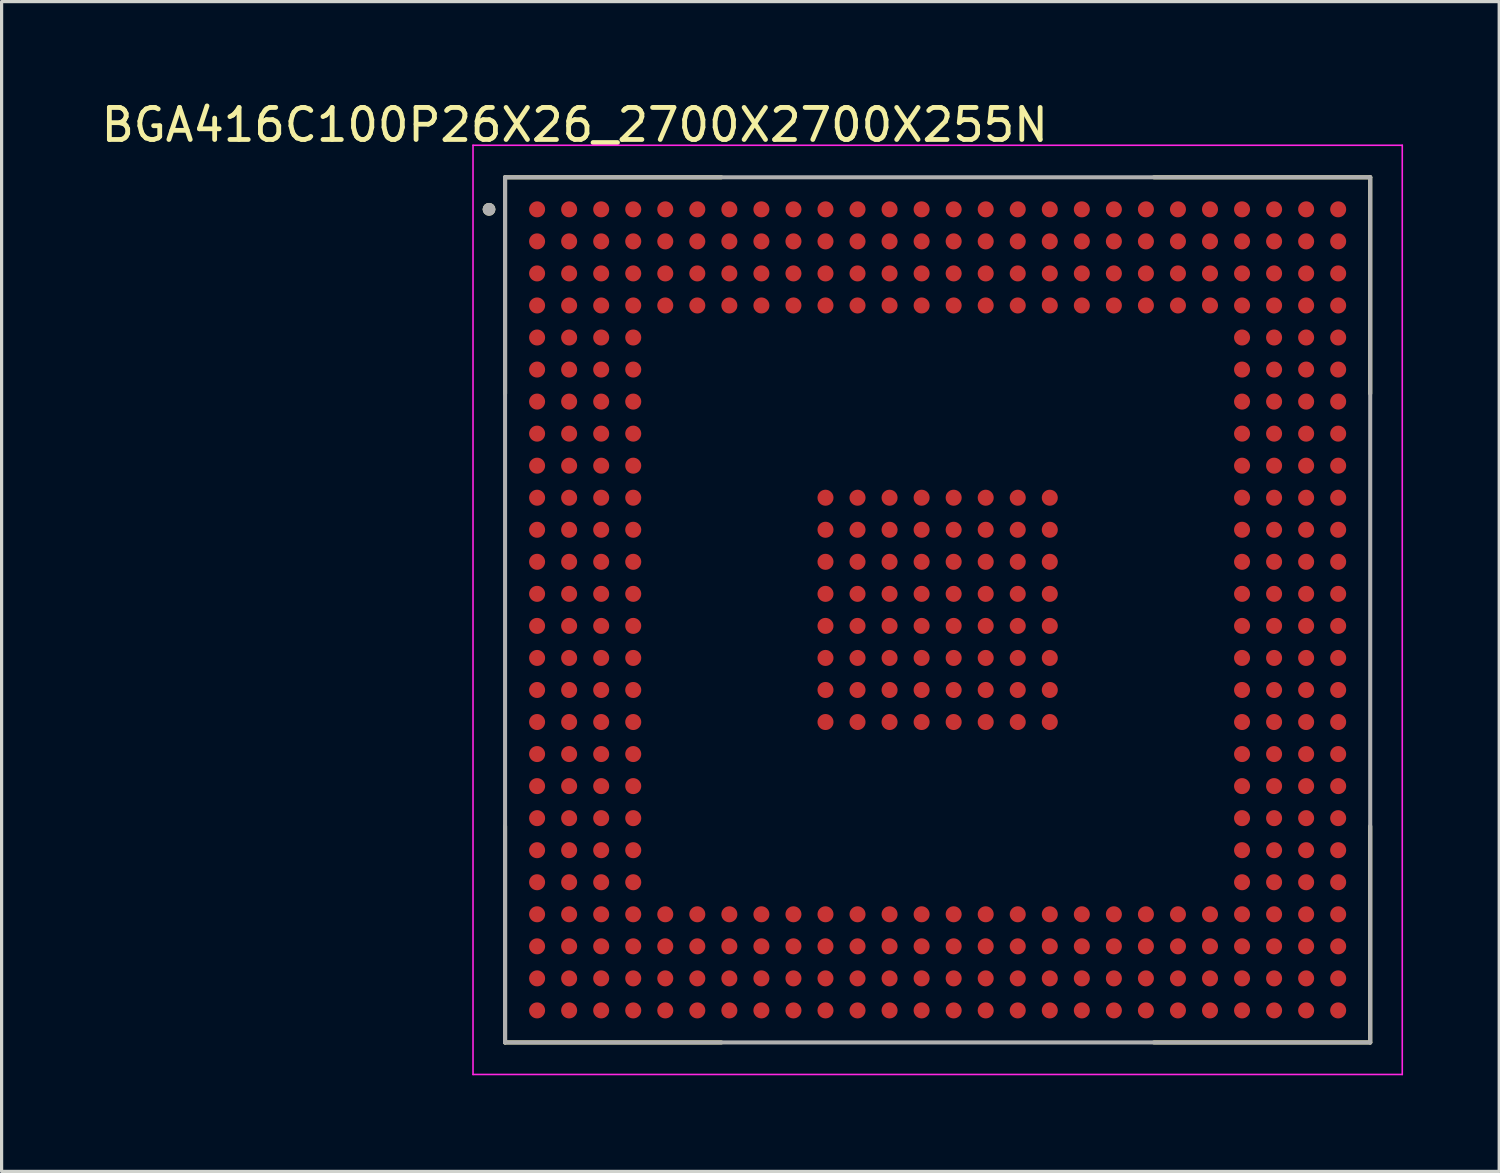
<source format=kicad_pcb>
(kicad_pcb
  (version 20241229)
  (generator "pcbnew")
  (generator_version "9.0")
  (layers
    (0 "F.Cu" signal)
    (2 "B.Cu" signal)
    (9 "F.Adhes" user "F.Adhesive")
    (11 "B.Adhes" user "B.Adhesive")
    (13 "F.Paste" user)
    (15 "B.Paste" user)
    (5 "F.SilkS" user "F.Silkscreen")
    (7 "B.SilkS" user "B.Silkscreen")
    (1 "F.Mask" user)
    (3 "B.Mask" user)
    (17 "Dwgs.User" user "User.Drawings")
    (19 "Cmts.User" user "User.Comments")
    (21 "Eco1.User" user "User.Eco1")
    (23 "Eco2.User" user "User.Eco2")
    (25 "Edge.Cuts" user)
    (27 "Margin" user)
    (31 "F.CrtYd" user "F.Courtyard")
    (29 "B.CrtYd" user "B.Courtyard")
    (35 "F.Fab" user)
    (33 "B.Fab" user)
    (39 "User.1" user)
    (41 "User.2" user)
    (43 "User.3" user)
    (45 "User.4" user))
  (footprint "BGA416C100P26X26_2700X2700X255N"
    (layer "F.Cu")
    (at 26.212 15.983)
    (property "Reference" "BGA416C100P26X26_2700X2700X255N" (at -11.325 -15.135 0) (layer "F.SilkS") (effects (font (size 1 1) (thickness 0.15))))
    (attr smd)
    (fp_line (start -13.5 -13.5) (end -13.5 -6.75) (stroke (width 0.127) (type solid)) (layer "F.SilkS"))
    (fp_line (start -13.5 -13.5) (end -6.75 -13.5) (stroke (width 0.127) (type solid)) (layer "F.SilkS"))
    (fp_line (start -13.5 13.5) (end -13.5 6.75) (stroke (width 0.127) (type solid)) (layer "F.SilkS"))
    (fp_line (start -13.5 13.5) (end -6.75 13.5) (stroke (width 0.127) (type solid)) (layer "F.SilkS"))
    (fp_line (start 13.5 -13.5) (end 6.75 -13.5) (stroke (width 0.127) (type solid)) (layer "F.SilkS"))
    (fp_line (start 13.5 -13.5) (end 13.5 -6.75) (stroke (width 0.127) (type solid)) (layer "F.SilkS"))
    (fp_line (start 13.5 13.5) (end 6.75 13.5) (stroke (width 0.127) (type solid)) (layer "F.SilkS"))
    (fp_line (start 13.5 13.5) (end 13.5 6.75) (stroke (width 0.127) (type solid)) (layer "F.SilkS"))
    (fp_circle (center -14 -12.5) (end -13.9 -12.5) (stroke (width 0.2) (type solid)) (fill no) (layer "F.SilkS"))
    (fp_line (start -14.5 -14.5) (end 14.5 -14.5) (stroke (width 0.05) (type solid)) (layer "F.CrtYd"))
    (fp_line (start -14.5 14.5) (end -14.5 -14.5) (stroke (width 0.05) (type solid)) (layer "F.CrtYd"))
    (fp_line (start -14.5 14.5) (end 14.5 14.5) (stroke (width 0.05) (type solid)) (layer "F.CrtYd"))
    (fp_line (start 14.5 14.5) (end 14.5 -14.5) (stroke (width 0.05) (type solid)) (layer "F.CrtYd"))
    (fp_line (start -13.5 13.5) (end -13.5 -13.5) (stroke (width 0.127) (type solid)) (layer "F.Fab"))
    (fp_line (start 13.5 -13.5) (end -13.5 -13.5) (stroke (width 0.127) (type solid)) (layer "F.Fab"))
    (fp_line (start 13.5 13.5) (end -13.5 13.5) (stroke (width 0.127) (type solid)) (layer "F.Fab"))
    (fp_line (start 13.5 13.5) (end 13.5 -13.5) (stroke (width 0.127) (type solid)) (layer "F.Fab"))
    (fp_circle (center -14 -12.5) (end -13.9 -12.5) (stroke (width 0.2) (type solid)) (fill no) (layer "F.Fab"))
    (pad "A1" smd circle (at -12.5 -12.5) (size 0.5 0.5) (layers "F.Cu" "F.Mask" "F.Paste"))
    (pad "A2" smd circle (at -11.5 -12.5) (size 0.5 0.5) (layers "F.Cu" "F.Mask" "F.Paste"))
    (pad "A3" smd circle (at -10.5 -12.5) (size 0.5 0.5) (layers "F.Cu" "F.Mask" "F.Paste"))
    (pad "A4" smd circle (at -9.5 -12.5) (size 0.5 0.5) (layers "F.Cu" "F.Mask" "F.Paste"))
    (pad "A5" smd circle (at -8.5 -12.5) (size 0.5 0.5) (layers "F.Cu" "F.Mask" "F.Paste"))
    (pad "A6" smd circle (at -7.5 -12.5) (size 0.5 0.5) (layers "F.Cu" "F.Mask" "F.Paste"))
    (pad "A7" smd circle (at -6.5 -12.5) (size 0.5 0.5) (layers "F.Cu" "F.Mask" "F.Paste"))
    (pad "A8" smd circle (at -5.5 -12.5) (size 0.5 0.5) (layers "F.Cu" "F.Mask" "F.Paste"))
    (pad "A9" smd circle (at -4.5 -12.5) (size 0.5 0.5) (layers "F.Cu" "F.Mask" "F.Paste"))
    (pad "A10" smd circle (at -3.5 -12.5) (size 0.5 0.5) (layers "F.Cu" "F.Mask" "F.Paste"))
    (pad "A11" smd circle (at -2.5 -12.5) (size 0.5 0.5) (layers "F.Cu" "F.Mask" "F.Paste"))
    (pad "A12" smd circle (at -1.5 -12.5) (size 0.5 0.5) (layers "F.Cu" "F.Mask" "F.Paste"))
    (pad "A13" smd circle (at -0.5 -12.5) (size 0.5 0.5) (layers "F.Cu" "F.Mask" "F.Paste"))
    (pad "A14" smd circle (at 0.5 -12.5) (size 0.5 0.5) (layers "F.Cu" "F.Mask" "F.Paste"))
    (pad "A15" smd circle (at 1.5 -12.5) (size 0.5 0.5) (layers "F.Cu" "F.Mask" "F.Paste"))
    (pad "A16" smd circle (at 2.5 -12.5) (size 0.5 0.5) (layers "F.Cu" "F.Mask" "F.Paste"))
    (pad "A17" smd circle (at 3.5 -12.5) (size 0.5 0.5) (layers "F.Cu" "F.Mask" "F.Paste"))
    (pad "A18" smd circle (at 4.5 -12.5) (size 0.5 0.5) (layers "F.Cu" "F.Mask" "F.Paste"))
    (pad "A19" smd circle (at 5.5 -12.5) (size 0.5 0.5) (layers "F.Cu" "F.Mask" "F.Paste"))
    (pad "A20" smd circle (at 6.5 -12.5) (size 0.5 0.5) (layers "F.Cu" "F.Mask" "F.Paste"))
    (pad "A21" smd circle (at 7.5 -12.5) (size 0.5 0.5) (layers "F.Cu" "F.Mask" "F.Paste"))
    (pad "A22" smd circle (at 8.5 -12.5) (size 0.5 0.5) (layers "F.Cu" "F.Mask" "F.Paste"))
    (pad "A23" smd circle (at 9.5 -12.5) (size 0.5 0.5) (layers "F.Cu" "F.Mask" "F.Paste"))
    (pad "A24" smd circle (at 10.5 -12.5) (size 0.5 0.5) (layers "F.Cu" "F.Mask" "F.Paste"))
    (pad "A25" smd circle (at 11.5 -12.5) (size 0.5 0.5) (layers "F.Cu" "F.Mask" "F.Paste"))
    (pad "A26" smd circle (at 12.5 -12.5) (size 0.5 0.5) (layers "F.Cu" "F.Mask" "F.Paste"))
    (pad "AA1" smd circle (at -12.5 7.5) (size 0.5 0.5) (layers "F.Cu" "F.Mask" "F.Paste"))
    (pad "AA2" smd circle (at -11.5 7.5) (size 0.5 0.5) (layers "F.Cu" "F.Mask" "F.Paste"))
    (pad "AA3" smd circle (at -10.5 7.5) (size 0.5 0.5) (layers "F.Cu" "F.Mask" "F.Paste"))
    (pad "AA4" smd circle (at -9.5 7.5) (size 0.5 0.5) (layers "F.Cu" "F.Mask" "F.Paste"))
    (pad "AA23" smd circle (at 9.5 7.5) (size 0.5 0.5) (layers "F.Cu" "F.Mask" "F.Paste"))
    (pad "AA24" smd circle (at 10.5 7.5) (size 0.5 0.5) (layers "F.Cu" "F.Mask" "F.Paste"))
    (pad "AA25" smd circle (at 11.5 7.5) (size 0.5 0.5) (layers "F.Cu" "F.Mask" "F.Paste"))
    (pad "AA26" smd circle (at 12.5 7.5) (size 0.5 0.5) (layers "F.Cu" "F.Mask" "F.Paste"))
    (pad "AB1" smd circle (at -12.5 8.5) (size 0.5 0.5) (layers "F.Cu" "F.Mask" "F.Paste"))
    (pad "AB2" smd circle (at -11.5 8.5) (size 0.5 0.5) (layers "F.Cu" "F.Mask" "F.Paste"))
    (pad "AB3" smd circle (at -10.5 8.5) (size 0.5 0.5) (layers "F.Cu" "F.Mask" "F.Paste"))
    (pad "AB4" smd circle (at -9.5 8.5) (size 0.5 0.5) (layers "F.Cu" "F.Mask" "F.Paste"))
    (pad "AB23" smd circle (at 9.5 8.5) (size 0.5 0.5) (layers "F.Cu" "F.Mask" "F.Paste"))
    (pad "AB24" smd circle (at 10.5 8.5) (size 0.5 0.5) (layers "F.Cu" "F.Mask" "F.Paste"))
    (pad "AB25" smd circle (at 11.5 8.5) (size 0.5 0.5) (layers "F.Cu" "F.Mask" "F.Paste"))
    (pad "AB26" smd circle (at 12.5 8.5) (size 0.5 0.5) (layers "F.Cu" "F.Mask" "F.Paste"))
    (pad "AC1" smd circle (at -12.5 9.5) (size 0.5 0.5) (layers "F.Cu" "F.Mask" "F.Paste"))
    (pad "AC2" smd circle (at -11.5 9.5) (size 0.5 0.5) (layers "F.Cu" "F.Mask" "F.Paste"))
    (pad "AC3" smd circle (at -10.5 9.5) (size 0.5 0.5) (layers "F.Cu" "F.Mask" "F.Paste"))
    (pad "AC4" smd circle (at -9.5 9.5) (size 0.5 0.5) (layers "F.Cu" "F.Mask" "F.Paste"))
    (pad "AC5" smd circle (at -8.5 9.5) (size 0.5 0.5) (layers "F.Cu" "F.Mask" "F.Paste"))
    (pad "AC6" smd circle (at -7.5 9.5) (size 0.5 0.5) (layers "F.Cu" "F.Mask" "F.Paste"))
    (pad "AC7" smd circle (at -6.5 9.5) (size 0.5 0.5) (layers "F.Cu" "F.Mask" "F.Paste"))
    (pad "AC8" smd circle (at -5.5 9.5) (size 0.5 0.5) (layers "F.Cu" "F.Mask" "F.Paste"))
    (pad "AC9" smd circle (at -4.5 9.5) (size 0.5 0.5) (layers "F.Cu" "F.Mask" "F.Paste"))
    (pad "AC10" smd circle (at -3.5 9.5) (size 0.5 0.5) (layers "F.Cu" "F.Mask" "F.Paste"))
    (pad "AC11" smd circle (at -2.5 9.5) (size 0.5 0.5) (layers "F.Cu" "F.Mask" "F.Paste"))
    (pad "AC12" smd circle (at -1.5 9.5) (size 0.5 0.5) (layers "F.Cu" "F.Mask" "F.Paste"))
    (pad "AC13" smd circle (at -0.5 9.5) (size 0.5 0.5) (layers "F.Cu" "F.Mask" "F.Paste"))
    (pad "AC14" smd circle (at 0.5 9.5) (size 0.5 0.5) (layers "F.Cu" "F.Mask" "F.Paste"))
    (pad "AC15" smd circle (at 1.5 9.5) (size 0.5 0.5) (layers "F.Cu" "F.Mask" "F.Paste"))
    (pad "AC16" smd circle (at 2.5 9.5) (size 0.5 0.5) (layers "F.Cu" "F.Mask" "F.Paste"))
    (pad "AC17" smd circle (at 3.5 9.5) (size 0.5 0.5) (layers "F.Cu" "F.Mask" "F.Paste"))
    (pad "AC18" smd circle (at 4.5 9.5) (size 0.5 0.5) (layers "F.Cu" "F.Mask" "F.Paste"))
    (pad "AC19" smd circle (at 5.5 9.5) (size 0.5 0.5) (layers "F.Cu" "F.Mask" "F.Paste"))
    (pad "AC20" smd circle (at 6.5 9.5) (size 0.5 0.5) (layers "F.Cu" "F.Mask" "F.Paste"))
    (pad "AC21" smd circle (at 7.5 9.5) (size 0.5 0.5) (layers "F.Cu" "F.Mask" "F.Paste"))
    (pad "AC22" smd circle (at 8.5 9.5) (size 0.5 0.5) (layers "F.Cu" "F.Mask" "F.Paste"))
    (pad "AC23" smd circle (at 9.5 9.5) (size 0.5 0.5) (layers "F.Cu" "F.Mask" "F.Paste"))
    (pad "AC24" smd circle (at 10.5 9.5) (size 0.5 0.5) (layers "F.Cu" "F.Mask" "F.Paste"))
    (pad "AC25" smd circle (at 11.5 9.5) (size 0.5 0.5) (layers "F.Cu" "F.Mask" "F.Paste"))
    (pad "AC26" smd circle (at 12.5 9.5) (size 0.5 0.5) (layers "F.Cu" "F.Mask" "F.Paste"))
    (pad "AD1" smd circle (at -12.5 10.5) (size 0.5 0.5) (layers "F.Cu" "F.Mask" "F.Paste"))
    (pad "AD2" smd circle (at -11.5 10.5) (size 0.5 0.5) (layers "F.Cu" "F.Mask" "F.Paste"))
    (pad "AD3" smd circle (at -10.5 10.5) (size 0.5 0.5) (layers "F.Cu" "F.Mask" "F.Paste"))
    (pad "AD4" smd circle (at -9.5 10.5) (size 0.5 0.5) (layers "F.Cu" "F.Mask" "F.Paste"))
    (pad "AD5" smd circle (at -8.5 10.5) (size 0.5 0.5) (layers "F.Cu" "F.Mask" "F.Paste"))
    (pad "AD6" smd circle (at -7.5 10.5) (size 0.5 0.5) (layers "F.Cu" "F.Mask" "F.Paste"))
    (pad "AD7" smd circle (at -6.5 10.5) (size 0.5 0.5) (layers "F.Cu" "F.Mask" "F.Paste"))
    (pad "AD8" smd circle (at -5.5 10.5) (size 0.5 0.5) (layers "F.Cu" "F.Mask" "F.Paste"))
    (pad "AD9" smd circle (at -4.5 10.5) (size 0.5 0.5) (layers "F.Cu" "F.Mask" "F.Paste"))
    (pad "AD10" smd circle (at -3.5 10.5) (size 0.5 0.5) (layers "F.Cu" "F.Mask" "F.Paste"))
    (pad "AD11" smd circle (at -2.5 10.5) (size 0.5 0.5) (layers "F.Cu" "F.Mask" "F.Paste"))
    (pad "AD12" smd circle (at -1.5 10.5) (size 0.5 0.5) (layers "F.Cu" "F.Mask" "F.Paste"))
    (pad "AD13" smd circle (at -0.5 10.5) (size 0.5 0.5) (layers "F.Cu" "F.Mask" "F.Paste"))
    (pad "AD14" smd circle (at 0.5 10.5) (size 0.5 0.5) (layers "F.Cu" "F.Mask" "F.Paste"))
    (pad "AD15" smd circle (at 1.5 10.5) (size 0.5 0.5) (layers "F.Cu" "F.Mask" "F.Paste"))
    (pad "AD16" smd circle (at 2.5 10.5) (size 0.5 0.5) (layers "F.Cu" "F.Mask" "F.Paste"))
    (pad "AD17" smd circle (at 3.5 10.5) (size 0.5 0.5) (layers "F.Cu" "F.Mask" "F.Paste"))
    (pad "AD18" smd circle (at 4.5 10.5) (size 0.5 0.5) (layers "F.Cu" "F.Mask" "F.Paste"))
    (pad "AD19" smd circle (at 5.5 10.5) (size 0.5 0.5) (layers "F.Cu" "F.Mask" "F.Paste"))
    (pad "AD20" smd circle (at 6.5 10.5) (size 0.5 0.5) (layers "F.Cu" "F.Mask" "F.Paste"))
    (pad "AD21" smd circle (at 7.5 10.5) (size 0.5 0.5) (layers "F.Cu" "F.Mask" "F.Paste"))
    (pad "AD22" smd circle (at 8.5 10.5) (size 0.5 0.5) (layers "F.Cu" "F.Mask" "F.Paste"))
    (pad "AD23" smd circle (at 9.5 10.5) (size 0.5 0.5) (layers "F.Cu" "F.Mask" "F.Paste"))
    (pad "AD24" smd circle (at 10.5 10.5) (size 0.5 0.5) (layers "F.Cu" "F.Mask" "F.Paste"))
    (pad "AD25" smd circle (at 11.5 10.5) (size 0.5 0.5) (layers "F.Cu" "F.Mask" "F.Paste"))
    (pad "AD26" smd circle (at 12.5 10.5) (size 0.5 0.5) (layers "F.Cu" "F.Mask" "F.Paste"))
    (pad "AE1" smd circle (at -12.5 11.5) (size 0.5 0.5) (layers "F.Cu" "F.Mask" "F.Paste"))
    (pad "AE2" smd circle (at -11.5 11.5) (size 0.5 0.5) (layers "F.Cu" "F.Mask" "F.Paste"))
    (pad "AE3" smd circle (at -10.5 11.5) (size 0.5 0.5) (layers "F.Cu" "F.Mask" "F.Paste"))
    (pad "AE4" smd circle (at -9.5 11.5) (size 0.5 0.5) (layers "F.Cu" "F.Mask" "F.Paste"))
    (pad "AE5" smd circle (at -8.5 11.5) (size 0.5 0.5) (layers "F.Cu" "F.Mask" "F.Paste"))
    (pad "AE6" smd circle (at -7.5 11.5) (size 0.5 0.5) (layers "F.Cu" "F.Mask" "F.Paste"))
    (pad "AE7" smd circle (at -6.5 11.5) (size 0.5 0.5) (layers "F.Cu" "F.Mask" "F.Paste"))
    (pad "AE8" smd circle (at -5.5 11.5) (size 0.5 0.5) (layers "F.Cu" "F.Mask" "F.Paste"))
    (pad "AE9" smd circle (at -4.5 11.5) (size 0.5 0.5) (layers "F.Cu" "F.Mask" "F.Paste"))
    (pad "AE10" smd circle (at -3.5 11.5) (size 0.5 0.5) (layers "F.Cu" "F.Mask" "F.Paste"))
    (pad "AE11" smd circle (at -2.5 11.5) (size 0.5 0.5) (layers "F.Cu" "F.Mask" "F.Paste"))
    (pad "AE12" smd circle (at -1.5 11.5) (size 0.5 0.5) (layers "F.Cu" "F.Mask" "F.Paste"))
    (pad "AE13" smd circle (at -0.5 11.5) (size 0.5 0.5) (layers "F.Cu" "F.Mask" "F.Paste"))
    (pad "AE14" smd circle (at 0.5 11.5) (size 0.5 0.5) (layers "F.Cu" "F.Mask" "F.Paste"))
    (pad "AE15" smd circle (at 1.5 11.5) (size 0.5 0.5) (layers "F.Cu" "F.Mask" "F.Paste"))
    (pad "AE16" smd circle (at 2.5 11.5) (size 0.5 0.5) (layers "F.Cu" "F.Mask" "F.Paste"))
    (pad "AE17" smd circle (at 3.5 11.5) (size 0.5 0.5) (layers "F.Cu" "F.Mask" "F.Paste"))
    (pad "AE18" smd circle (at 4.5 11.5) (size 0.5 0.5) (layers "F.Cu" "F.Mask" "F.Paste"))
    (pad "AE19" smd circle (at 5.5 11.5) (size 0.5 0.5) (layers "F.Cu" "F.Mask" "F.Paste"))
    (pad "AE20" smd circle (at 6.5 11.5) (size 0.5 0.5) (layers "F.Cu" "F.Mask" "F.Paste"))
    (pad "AE21" smd circle (at 7.5 11.5) (size 0.5 0.5) (layers "F.Cu" "F.Mask" "F.Paste"))
    (pad "AE22" smd circle (at 8.5 11.5) (size 0.5 0.5) (layers "F.Cu" "F.Mask" "F.Paste"))
    (pad "AE23" smd circle (at 9.5 11.5) (size 0.5 0.5) (layers "F.Cu" "F.Mask" "F.Paste"))
    (pad "AE24" smd circle (at 10.5 11.5) (size 0.5 0.5) (layers "F.Cu" "F.Mask" "F.Paste"))
    (pad "AE25" smd circle (at 11.5 11.5) (size 0.5 0.5) (layers "F.Cu" "F.Mask" "F.Paste"))
    (pad "AE26" smd circle (at 12.5 11.5) (size 0.5 0.5) (layers "F.Cu" "F.Mask" "F.Paste"))
    (pad "AF1" smd circle (at -12.5 12.5) (size 0.5 0.5) (layers "F.Cu" "F.Mask" "F.Paste"))
    (pad "AF2" smd circle (at -11.5 12.5) (size 0.5 0.5) (layers "F.Cu" "F.Mask" "F.Paste"))
    (pad "AF3" smd circle (at -10.5 12.5) (size 0.5 0.5) (layers "F.Cu" "F.Mask" "F.Paste"))
    (pad "AF4" smd circle (at -9.5 12.5) (size 0.5 0.5) (layers "F.Cu" "F.Mask" "F.Paste"))
    (pad "AF5" smd circle (at -8.5 12.5) (size 0.5 0.5) (layers "F.Cu" "F.Mask" "F.Paste"))
    (pad "AF6" smd circle (at -7.5 12.5) (size 0.5 0.5) (layers "F.Cu" "F.Mask" "F.Paste"))
    (pad "AF7" smd circle (at -6.5 12.5) (size 0.5 0.5) (layers "F.Cu" "F.Mask" "F.Paste"))
    (pad "AF8" smd circle (at -5.5 12.5) (size 0.5 0.5) (layers "F.Cu" "F.Mask" "F.Paste"))
    (pad "AF9" smd circle (at -4.5 12.5) (size 0.5 0.5) (layers "F.Cu" "F.Mask" "F.Paste"))
    (pad "AF10" smd circle (at -3.5 12.5) (size 0.5 0.5) (layers "F.Cu" "F.Mask" "F.Paste"))
    (pad "AF11" smd circle (at -2.5 12.5) (size 0.5 0.5) (layers "F.Cu" "F.Mask" "F.Paste"))
    (pad "AF12" smd circle (at -1.5 12.5) (size 0.5 0.5) (layers "F.Cu" "F.Mask" "F.Paste"))
    (pad "AF13" smd circle (at -0.5 12.5) (size 0.5 0.5) (layers "F.Cu" "F.Mask" "F.Paste"))
    (pad "AF14" smd circle (at 0.5 12.5) (size 0.5 0.5) (layers "F.Cu" "F.Mask" "F.Paste"))
    (pad "AF15" smd circle (at 1.5 12.5) (size 0.5 0.5) (layers "F.Cu" "F.Mask" "F.Paste"))
    (pad "AF16" smd circle (at 2.5 12.5) (size 0.5 0.5) (layers "F.Cu" "F.Mask" "F.Paste"))
    (pad "AF17" smd circle (at 3.5 12.5) (size 0.5 0.5) (layers "F.Cu" "F.Mask" "F.Paste"))
    (pad "AF18" smd circle (at 4.5 12.5) (size 0.5 0.5) (layers "F.Cu" "F.Mask" "F.Paste"))
    (pad "AF19" smd circle (at 5.5 12.5) (size 0.5 0.5) (layers "F.Cu" "F.Mask" "F.Paste"))
    (pad "AF20" smd circle (at 6.5 12.5) (size 0.5 0.5) (layers "F.Cu" "F.Mask" "F.Paste"))
    (pad "AF21" smd circle (at 7.5 12.5) (size 0.5 0.5) (layers "F.Cu" "F.Mask" "F.Paste"))
    (pad "AF22" smd circle (at 8.5 12.5) (size 0.5 0.5) (layers "F.Cu" "F.Mask" "F.Paste"))
    (pad "AF23" smd circle (at 9.5 12.5) (size 0.5 0.5) (layers "F.Cu" "F.Mask" "F.Paste"))
    (pad "AF24" smd circle (at 10.5 12.5) (size 0.5 0.5) (layers "F.Cu" "F.Mask" "F.Paste"))
    (pad "AF25" smd circle (at 11.5 12.5) (size 0.5 0.5) (layers "F.Cu" "F.Mask" "F.Paste"))
    (pad "AF26" smd circle (at 12.5 12.5) (size 0.5 0.5) (layers "F.Cu" "F.Mask" "F.Paste"))
    (pad "B1" smd circle (at -12.5 -11.5) (size 0.5 0.5) (layers "F.Cu" "F.Mask" "F.Paste"))
    (pad "B2" smd circle (at -11.5 -11.5) (size 0.5 0.5) (layers "F.Cu" "F.Mask" "F.Paste"))
    (pad "B3" smd circle (at -10.5 -11.5) (size 0.5 0.5) (layers "F.Cu" "F.Mask" "F.Paste"))
    (pad "B4" smd circle (at -9.5 -11.5) (size 0.5 0.5) (layers "F.Cu" "F.Mask" "F.Paste"))
    (pad "B5" smd circle (at -8.5 -11.5) (size 0.5 0.5) (layers "F.Cu" "F.Mask" "F.Paste"))
    (pad "B6" smd circle (at -7.5 -11.5) (size 0.5 0.5) (layers "F.Cu" "F.Mask" "F.Paste"))
    (pad "B7" smd circle (at -6.5 -11.5) (size 0.5 0.5) (layers "F.Cu" "F.Mask" "F.Paste"))
    (pad "B8" smd circle (at -5.5 -11.5) (size 0.5 0.5) (layers "F.Cu" "F.Mask" "F.Paste"))
    (pad "B9" smd circle (at -4.5 -11.5) (size 0.5 0.5) (layers "F.Cu" "F.Mask" "F.Paste"))
    (pad "B10" smd circle (at -3.5 -11.5) (size 0.5 0.5) (layers "F.Cu" "F.Mask" "F.Paste"))
    (pad "B11" smd circle (at -2.5 -11.5) (size 0.5 0.5) (layers "F.Cu" "F.Mask" "F.Paste"))
    (pad "B12" smd circle (at -1.5 -11.5) (size 0.5 0.5) (layers "F.Cu" "F.Mask" "F.Paste"))
    (pad "B13" smd circle (at -0.5 -11.5) (size 0.5 0.5) (layers "F.Cu" "F.Mask" "F.Paste"))
    (pad "B14" smd circle (at 0.5 -11.5) (size 0.5 0.5) (layers "F.Cu" "F.Mask" "F.Paste"))
    (pad "B15" smd circle (at 1.5 -11.5) (size 0.5 0.5) (layers "F.Cu" "F.Mask" "F.Paste"))
    (pad "B16" smd circle (at 2.5 -11.5) (size 0.5 0.5) (layers "F.Cu" "F.Mask" "F.Paste"))
    (pad "B17" smd circle (at 3.5 -11.5) (size 0.5 0.5) (layers "F.Cu" "F.Mask" "F.Paste"))
    (pad "B18" smd circle (at 4.5 -11.5) (size 0.5 0.5) (layers "F.Cu" "F.Mask" "F.Paste"))
    (pad "B19" smd circle (at 5.5 -11.5) (size 0.5 0.5) (layers "F.Cu" "F.Mask" "F.Paste"))
    (pad "B20" smd circle (at 6.5 -11.5) (size 0.5 0.5) (layers "F.Cu" "F.Mask" "F.Paste"))
    (pad "B21" smd circle (at 7.5 -11.5) (size 0.5 0.5) (layers "F.Cu" "F.Mask" "F.Paste"))
    (pad "B22" smd circle (at 8.5 -11.5) (size 0.5 0.5) (layers "F.Cu" "F.Mask" "F.Paste"))
    (pad "B23" smd circle (at 9.5 -11.5) (size 0.5 0.5) (layers "F.Cu" "F.Mask" "F.Paste"))
    (pad "B24" smd circle (at 10.5 -11.5) (size 0.5 0.5) (layers "F.Cu" "F.Mask" "F.Paste"))
    (pad "B25" smd circle (at 11.5 -11.5) (size 0.5 0.5) (layers "F.Cu" "F.Mask" "F.Paste"))
    (pad "B26" smd circle (at 12.5 -11.5) (size 0.5 0.5) (layers "F.Cu" "F.Mask" "F.Paste"))
    (pad "C1" smd circle (at -12.5 -10.5) (size 0.5 0.5) (layers "F.Cu" "F.Mask" "F.Paste"))
    (pad "C2" smd circle (at -11.5 -10.5) (size 0.5 0.5) (layers "F.Cu" "F.Mask" "F.Paste"))
    (pad "C3" smd circle (at -10.5 -10.5) (size 0.5 0.5) (layers "F.Cu" "F.Mask" "F.Paste"))
    (pad "C4" smd circle (at -9.5 -10.5) (size 0.5 0.5) (layers "F.Cu" "F.Mask" "F.Paste"))
    (pad "C5" smd circle (at -8.5 -10.5) (size 0.5 0.5) (layers "F.Cu" "F.Mask" "F.Paste"))
    (pad "C6" smd circle (at -7.5 -10.5) (size 0.5 0.5) (layers "F.Cu" "F.Mask" "F.Paste"))
    (pad "C7" smd circle (at -6.5 -10.5) (size 0.5 0.5) (layers "F.Cu" "F.Mask" "F.Paste"))
    (pad "C8" smd circle (at -5.5 -10.5) (size 0.5 0.5) (layers "F.Cu" "F.Mask" "F.Paste"))
    (pad "C9" smd circle (at -4.5 -10.5) (size 0.5 0.5) (layers "F.Cu" "F.Mask" "F.Paste"))
    (pad "C10" smd circle (at -3.5 -10.5) (size 0.5 0.5) (layers "F.Cu" "F.Mask" "F.Paste"))
    (pad "C11" smd circle (at -2.5 -10.5) (size 0.5 0.5) (layers "F.Cu" "F.Mask" "F.Paste"))
    (pad "C12" smd circle (at -1.5 -10.5) (size 0.5 0.5) (layers "F.Cu" "F.Mask" "F.Paste"))
    (pad "C13" smd circle (at -0.5 -10.5) (size 0.5 0.5) (layers "F.Cu" "F.Mask" "F.Paste"))
    (pad "C14" smd circle (at 0.5 -10.5) (size 0.5 0.5) (layers "F.Cu" "F.Mask" "F.Paste"))
    (pad "C15" smd circle (at 1.5 -10.5) (size 0.5 0.5) (layers "F.Cu" "F.Mask" "F.Paste"))
    (pad "C16" smd circle (at 2.5 -10.5) (size 0.5 0.5) (layers "F.Cu" "F.Mask" "F.Paste"))
    (pad "C17" smd circle (at 3.5 -10.5) (size 0.5 0.5) (layers "F.Cu" "F.Mask" "F.Paste"))
    (pad "C18" smd circle (at 4.5 -10.5) (size 0.5 0.5) (layers "F.Cu" "F.Mask" "F.Paste"))
    (pad "C19" smd circle (at 5.5 -10.5) (size 0.5 0.5) (layers "F.Cu" "F.Mask" "F.Paste"))
    (pad "C20" smd circle (at 6.5 -10.5) (size 0.5 0.5) (layers "F.Cu" "F.Mask" "F.Paste"))
    (pad "C21" smd circle (at 7.5 -10.5) (size 0.5 0.5) (layers "F.Cu" "F.Mask" "F.Paste"))
    (pad "C22" smd circle (at 8.5 -10.5) (size 0.5 0.5) (layers "F.Cu" "F.Mask" "F.Paste"))
    (pad "C23" smd circle (at 9.5 -10.5) (size 0.5 0.5) (layers "F.Cu" "F.Mask" "F.Paste"))
    (pad "C24" smd circle (at 10.5 -10.5) (size 0.5 0.5) (layers "F.Cu" "F.Mask" "F.Paste"))
    (pad "C25" smd circle (at 11.5 -10.5) (size 0.5 0.5) (layers "F.Cu" "F.Mask" "F.Paste"))
    (pad "C26" smd circle (at 12.5 -10.5) (size 0.5 0.5) (layers "F.Cu" "F.Mask" "F.Paste"))
    (pad "D1" smd circle (at -12.5 -9.5) (size 0.5 0.5) (layers "F.Cu" "F.Mask" "F.Paste"))
    (pad "D2" smd circle (at -11.5 -9.5) (size 0.5 0.5) (layers "F.Cu" "F.Mask" "F.Paste"))
    (pad "D3" smd circle (at -10.5 -9.5) (size 0.5 0.5) (layers "F.Cu" "F.Mask" "F.Paste"))
    (pad "D4" smd circle (at -9.5 -9.5) (size 0.5 0.5) (layers "F.Cu" "F.Mask" "F.Paste"))
    (pad "D5" smd circle (at -8.5 -9.5) (size 0.5 0.5) (layers "F.Cu" "F.Mask" "F.Paste"))
    (pad "D6" smd circle (at -7.5 -9.5) (size 0.5 0.5) (layers "F.Cu" "F.Mask" "F.Paste"))
    (pad "D7" smd circle (at -6.5 -9.5) (size 0.5 0.5) (layers "F.Cu" "F.Mask" "F.Paste"))
    (pad "D8" smd circle (at -5.5 -9.5) (size 0.5 0.5) (layers "F.Cu" "F.Mask" "F.Paste"))
    (pad "D9" smd circle (at -4.5 -9.5) (size 0.5 0.5) (layers "F.Cu" "F.Mask" "F.Paste"))
    (pad "D10" smd circle (at -3.5 -9.5) (size 0.5 0.5) (layers "F.Cu" "F.Mask" "F.Paste"))
    (pad "D11" smd circle (at -2.5 -9.5) (size 0.5 0.5) (layers "F.Cu" "F.Mask" "F.Paste"))
    (pad "D12" smd circle (at -1.5 -9.5) (size 0.5 0.5) (layers "F.Cu" "F.Mask" "F.Paste"))
    (pad "D13" smd circle (at -0.5 -9.5) (size 0.5 0.5) (layers "F.Cu" "F.Mask" "F.Paste"))
    (pad "D14" smd circle (at 0.5 -9.5) (size 0.5 0.5) (layers "F.Cu" "F.Mask" "F.Paste"))
    (pad "D15" smd circle (at 1.5 -9.5) (size 0.5 0.5) (layers "F.Cu" "F.Mask" "F.Paste"))
    (pad "D16" smd circle (at 2.5 -9.5) (size 0.5 0.5) (layers "F.Cu" "F.Mask" "F.Paste"))
    (pad "D17" smd circle (at 3.5 -9.5) (size 0.5 0.5) (layers "F.Cu" "F.Mask" "F.Paste"))
    (pad "D18" smd circle (at 4.5 -9.5) (size 0.5 0.5) (layers "F.Cu" "F.Mask" "F.Paste"))
    (pad "D19" smd circle (at 5.5 -9.5) (size 0.5 0.5) (layers "F.Cu" "F.Mask" "F.Paste"))
    (pad "D20" smd circle (at 6.5 -9.5) (size 0.5 0.5) (layers "F.Cu" "F.Mask" "F.Paste"))
    (pad "D21" smd circle (at 7.5 -9.5) (size 0.5 0.5) (layers "F.Cu" "F.Mask" "F.Paste"))
    (pad "D22" smd circle (at 8.5 -9.5) (size 0.5 0.5) (layers "F.Cu" "F.Mask" "F.Paste"))
    (pad "D23" smd circle (at 9.5 -9.5) (size 0.5 0.5) (layers "F.Cu" "F.Mask" "F.Paste"))
    (pad "D24" smd circle (at 10.5 -9.5) (size 0.5 0.5) (layers "F.Cu" "F.Mask" "F.Paste"))
    (pad "D25" smd circle (at 11.5 -9.5) (size 0.5 0.5) (layers "F.Cu" "F.Mask" "F.Paste"))
    (pad "D26" smd circle (at 12.5 -9.5) (size 0.5 0.5) (layers "F.Cu" "F.Mask" "F.Paste"))
    (pad "E1" smd circle (at -12.5 -8.5) (size 0.5 0.5) (layers "F.Cu" "F.Mask" "F.Paste"))
    (pad "E2" smd circle (at -11.5 -8.5) (size 0.5 0.5) (layers "F.Cu" "F.Mask" "F.Paste"))
    (pad "E3" smd circle (at -10.5 -8.5) (size 0.5 0.5) (layers "F.Cu" "F.Mask" "F.Paste"))
    (pad "E4" smd circle (at -9.5 -8.5) (size 0.5 0.5) (layers "F.Cu" "F.Mask" "F.Paste"))
    (pad "E23" smd circle (at 9.5 -8.5) (size 0.5 0.5) (layers "F.Cu" "F.Mask" "F.Paste"))
    (pad "E24" smd circle (at 10.5 -8.5) (size 0.5 0.5) (layers "F.Cu" "F.Mask" "F.Paste"))
    (pad "E25" smd circle (at 11.5 -8.5) (size 0.5 0.5) (layers "F.Cu" "F.Mask" "F.Paste"))
    (pad "E26" smd circle (at 12.5 -8.5) (size 0.5 0.5) (layers "F.Cu" "F.Mask" "F.Paste"))
    (pad "F1" smd circle (at -12.5 -7.5) (size 0.5 0.5) (layers "F.Cu" "F.Mask" "F.Paste"))
    (pad "F2" smd circle (at -11.5 -7.5) (size 0.5 0.5) (layers "F.Cu" "F.Mask" "F.Paste"))
    (pad "F3" smd circle (at -10.5 -7.5) (size 0.5 0.5) (layers "F.Cu" "F.Mask" "F.Paste"))
    (pad "F4" smd circle (at -9.5 -7.5) (size 0.5 0.5) (layers "F.Cu" "F.Mask" "F.Paste"))
    (pad "F23" smd circle (at 9.5 -7.5) (size 0.5 0.5) (layers "F.Cu" "F.Mask" "F.Paste"))
    (pad "F24" smd circle (at 10.5 -7.5) (size 0.5 0.5) (layers "F.Cu" "F.Mask" "F.Paste"))
    (pad "F25" smd circle (at 11.5 -7.5) (size 0.5 0.5) (layers "F.Cu" "F.Mask" "F.Paste"))
    (pad "F26" smd circle (at 12.5 -7.5) (size 0.5 0.5) (layers "F.Cu" "F.Mask" "F.Paste"))
    (pad "G1" smd circle (at -12.5 -6.5) (size 0.5 0.5) (layers "F.Cu" "F.Mask" "F.Paste"))
    (pad "G2" smd circle (at -11.5 -6.5) (size 0.5 0.5) (layers "F.Cu" "F.Mask" "F.Paste"))
    (pad "G3" smd circle (at -10.5 -6.5) (size 0.5 0.5) (layers "F.Cu" "F.Mask" "F.Paste"))
    (pad "G4" smd circle (at -9.5 -6.5) (size 0.5 0.5) (layers "F.Cu" "F.Mask" "F.Paste"))
    (pad "G23" smd circle (at 9.5 -6.5) (size 0.5 0.5) (layers "F.Cu" "F.Mask" "F.Paste"))
    (pad "G24" smd circle (at 10.5 -6.5) (size 0.5 0.5) (layers "F.Cu" "F.Mask" "F.Paste"))
    (pad "G25" smd circle (at 11.5 -6.5) (size 0.5 0.5) (layers "F.Cu" "F.Mask" "F.Paste"))
    (pad "G26" smd circle (at 12.5 -6.5) (size 0.5 0.5) (layers "F.Cu" "F.Mask" "F.Paste"))
    (pad "H1" smd circle (at -12.5 -5.5) (size 0.5 0.5) (layers "F.Cu" "F.Mask" "F.Paste"))
    (pad "H2" smd circle (at -11.5 -5.5) (size 0.5 0.5) (layers "F.Cu" "F.Mask" "F.Paste"))
    (pad "H3" smd circle (at -10.5 -5.5) (size 0.5 0.5) (layers "F.Cu" "F.Mask" "F.Paste"))
    (pad "H4" smd circle (at -9.5 -5.5) (size 0.5 0.5) (layers "F.Cu" "F.Mask" "F.Paste"))
    (pad "H23" smd circle (at 9.5 -5.5) (size 0.5 0.5) (layers "F.Cu" "F.Mask" "F.Paste"))
    (pad "H24" smd circle (at 10.5 -5.5) (size 0.5 0.5) (layers "F.Cu" "F.Mask" "F.Paste"))
    (pad "H25" smd circle (at 11.5 -5.5) (size 0.5 0.5) (layers "F.Cu" "F.Mask" "F.Paste"))
    (pad "H26" smd circle (at 12.5 -5.5) (size 0.5 0.5) (layers "F.Cu" "F.Mask" "F.Paste"))
    (pad "J1" smd circle (at -12.5 -4.5) (size 0.5 0.5) (layers "F.Cu" "F.Mask" "F.Paste"))
    (pad "J2" smd circle (at -11.5 -4.5) (size 0.5 0.5) (layers "F.Cu" "F.Mask" "F.Paste"))
    (pad "J3" smd circle (at -10.5 -4.5) (size 0.5 0.5) (layers "F.Cu" "F.Mask" "F.Paste"))
    (pad "J4" smd circle (at -9.5 -4.5) (size 0.5 0.5) (layers "F.Cu" "F.Mask" "F.Paste"))
    (pad "J23" smd circle (at 9.5 -4.5) (size 0.5 0.5) (layers "F.Cu" "F.Mask" "F.Paste"))
    (pad "J24" smd circle (at 10.5 -4.5) (size 0.5 0.5) (layers "F.Cu" "F.Mask" "F.Paste"))
    (pad "J25" smd circle (at 11.5 -4.5) (size 0.5 0.5) (layers "F.Cu" "F.Mask" "F.Paste"))
    (pad "J26" smd circle (at 12.5 -4.5) (size 0.5 0.5) (layers "F.Cu" "F.Mask" "F.Paste"))
    (pad "K1" smd circle (at -12.5 -3.5) (size 0.5 0.5) (layers "F.Cu" "F.Mask" "F.Paste"))
    (pad "K2" smd circle (at -11.5 -3.5) (size 0.5 0.5) (layers "F.Cu" "F.Mask" "F.Paste"))
    (pad "K3" smd circle (at -10.5 -3.5) (size 0.5 0.5) (layers "F.Cu" "F.Mask" "F.Paste"))
    (pad "K4" smd circle (at -9.5 -3.5) (size 0.5 0.5) (layers "F.Cu" "F.Mask" "F.Paste"))
    (pad "K10" smd circle (at -3.5 -3.5) (size 0.5 0.5) (layers "F.Cu" "F.Mask" "F.Paste"))
    (pad "K11" smd circle (at -2.5 -3.5) (size 0.5 0.5) (layers "F.Cu" "F.Mask" "F.Paste"))
    (pad "K12" smd circle (at -1.5 -3.5) (size 0.5 0.5) (layers "F.Cu" "F.Mask" "F.Paste"))
    (pad "K13" smd circle (at -0.5 -3.5) (size 0.5 0.5) (layers "F.Cu" "F.Mask" "F.Paste"))
    (pad "K14" smd circle (at 0.5 -3.5) (size 0.5 0.5) (layers "F.Cu" "F.Mask" "F.Paste"))
    (pad "K15" smd circle (at 1.5 -3.5) (size 0.5 0.5) (layers "F.Cu" "F.Mask" "F.Paste"))
    (pad "K16" smd circle (at 2.5 -3.5) (size 0.5 0.5) (layers "F.Cu" "F.Mask" "F.Paste"))
    (pad "K17" smd circle (at 3.5 -3.5) (size 0.5 0.5) (layers "F.Cu" "F.Mask" "F.Paste"))
    (pad "K23" smd circle (at 9.5 -3.5) (size 0.5 0.5) (layers "F.Cu" "F.Mask" "F.Paste"))
    (pad "K24" smd circle (at 10.5 -3.5) (size 0.5 0.5) (layers "F.Cu" "F.Mask" "F.Paste"))
    (pad "K25" smd circle (at 11.5 -3.5) (size 0.5 0.5) (layers "F.Cu" "F.Mask" "F.Paste"))
    (pad "K26" smd circle (at 12.5 -3.5) (size 0.5 0.5) (layers "F.Cu" "F.Mask" "F.Paste"))
    (pad "L1" smd circle (at -12.5 -2.5) (size 0.5 0.5) (layers "F.Cu" "F.Mask" "F.Paste"))
    (pad "L2" smd circle (at -11.5 -2.5) (size 0.5 0.5) (layers "F.Cu" "F.Mask" "F.Paste"))
    (pad "L3" smd circle (at -10.5 -2.5) (size 0.5 0.5) (layers "F.Cu" "F.Mask" "F.Paste"))
    (pad "L4" smd circle (at -9.5 -2.5) (size 0.5 0.5) (layers "F.Cu" "F.Mask" "F.Paste"))
    (pad "L10" smd circle (at -3.5 -2.5) (size 0.5 0.5) (layers "F.Cu" "F.Mask" "F.Paste"))
    (pad "L11" smd circle (at -2.5 -2.5) (size 0.5 0.5) (layers "F.Cu" "F.Mask" "F.Paste"))
    (pad "L12" smd circle (at -1.5 -2.5) (size 0.5 0.5) (layers "F.Cu" "F.Mask" "F.Paste"))
    (pad "L13" smd circle (at -0.5 -2.5) (size 0.5 0.5) (layers "F.Cu" "F.Mask" "F.Paste"))
    (pad "L14" smd circle (at 0.5 -2.5) (size 0.5 0.5) (layers "F.Cu" "F.Mask" "F.Paste"))
    (pad "L15" smd circle (at 1.5 -2.5) (size 0.5 0.5) (layers "F.Cu" "F.Mask" "F.Paste"))
    (pad "L16" smd circle (at 2.5 -2.5) (size 0.5 0.5) (layers "F.Cu" "F.Mask" "F.Paste"))
    (pad "L17" smd circle (at 3.5 -2.5) (size 0.5 0.5) (layers "F.Cu" "F.Mask" "F.Paste"))
    (pad "L23" smd circle (at 9.5 -2.5) (size 0.5 0.5) (layers "F.Cu" "F.Mask" "F.Paste"))
    (pad "L24" smd circle (at 10.5 -2.5) (size 0.5 0.5) (layers "F.Cu" "F.Mask" "F.Paste"))
    (pad "L25" smd circle (at 11.5 -2.5) (size 0.5 0.5) (layers "F.Cu" "F.Mask" "F.Paste"))
    (pad "L26" smd circle (at 12.5 -2.5) (size 0.5 0.5) (layers "F.Cu" "F.Mask" "F.Paste"))
    (pad "M1" smd circle (at -12.5 -1.5) (size 0.5 0.5) (layers "F.Cu" "F.Mask" "F.Paste"))
    (pad "M2" smd circle (at -11.5 -1.5) (size 0.5 0.5) (layers "F.Cu" "F.Mask" "F.Paste"))
    (pad "M3" smd circle (at -10.5 -1.5) (size 0.5 0.5) (layers "F.Cu" "F.Mask" "F.Paste"))
    (pad "M4" smd circle (at -9.5 -1.5) (size 0.5 0.5) (layers "F.Cu" "F.Mask" "F.Paste"))
    (pad "M10" smd circle (at -3.5 -1.5) (size 0.5 0.5) (layers "F.Cu" "F.Mask" "F.Paste"))
    (pad "M11" smd circle (at -2.5 -1.5) (size 0.5 0.5) (layers "F.Cu" "F.Mask" "F.Paste"))
    (pad "M12" smd circle (at -1.5 -1.5) (size 0.5 0.5) (layers "F.Cu" "F.Mask" "F.Paste"))
    (pad "M13" smd circle (at -0.5 -1.5) (size 0.5 0.5) (layers "F.Cu" "F.Mask" "F.Paste"))
    (pad "M14" smd circle (at 0.5 -1.5) (size 0.5 0.5) (layers "F.Cu" "F.Mask" "F.Paste"))
    (pad "M15" smd circle (at 1.5 -1.5) (size 0.5 0.5) (layers "F.Cu" "F.Mask" "F.Paste"))
    (pad "M16" smd circle (at 2.5 -1.5) (size 0.5 0.5) (layers "F.Cu" "F.Mask" "F.Paste"))
    (pad "M17" smd circle (at 3.5 -1.5) (size 0.5 0.5) (layers "F.Cu" "F.Mask" "F.Paste"))
    (pad "M23" smd circle (at 9.5 -1.5) (size 0.5 0.5) (layers "F.Cu" "F.Mask" "F.Paste"))
    (pad "M24" smd circle (at 10.5 -1.5) (size 0.5 0.5) (layers "F.Cu" "F.Mask" "F.Paste"))
    (pad "M25" smd circle (at 11.5 -1.5) (size 0.5 0.5) (layers "F.Cu" "F.Mask" "F.Paste"))
    (pad "M26" smd circle (at 12.5 -1.5) (size 0.5 0.5) (layers "F.Cu" "F.Mask" "F.Paste"))
    (pad "N1" smd circle (at -12.5 -0.5) (size 0.5 0.5) (layers "F.Cu" "F.Mask" "F.Paste"))
    (pad "N2" smd circle (at -11.5 -0.5) (size 0.5 0.5) (layers "F.Cu" "F.Mask" "F.Paste"))
    (pad "N3" smd circle (at -10.5 -0.5) (size 0.5 0.5) (layers "F.Cu" "F.Mask" "F.Paste"))
    (pad "N4" smd circle (at -9.5 -0.5) (size 0.5 0.5) (layers "F.Cu" "F.Mask" "F.Paste"))
    (pad "N10" smd circle (at -3.5 -0.5) (size 0.5 0.5) (layers "F.Cu" "F.Mask" "F.Paste"))
    (pad "N11" smd circle (at -2.5 -0.5) (size 0.5 0.5) (layers "F.Cu" "F.Mask" "F.Paste"))
    (pad "N12" smd circle (at -1.5 -0.5) (size 0.5 0.5) (layers "F.Cu" "F.Mask" "F.Paste"))
    (pad "N13" smd circle (at -0.5 -0.5) (size 0.5 0.5) (layers "F.Cu" "F.Mask" "F.Paste"))
    (pad "N14" smd circle (at 0.5 -0.5) (size 0.5 0.5) (layers "F.Cu" "F.Mask" "F.Paste"))
    (pad "N15" smd circle (at 1.5 -0.5) (size 0.5 0.5) (layers "F.Cu" "F.Mask" "F.Paste"))
    (pad "N16" smd circle (at 2.5 -0.5) (size 0.5 0.5) (layers "F.Cu" "F.Mask" "F.Paste"))
    (pad "N17" smd circle (at 3.5 -0.5) (size 0.5 0.5) (layers "F.Cu" "F.Mask" "F.Paste"))
    (pad "N23" smd circle (at 9.5 -0.5) (size 0.5 0.5) (layers "F.Cu" "F.Mask" "F.Paste"))
    (pad "N24" smd circle (at 10.5 -0.5) (size 0.5 0.5) (layers "F.Cu" "F.Mask" "F.Paste"))
    (pad "N25" smd circle (at 11.5 -0.5) (size 0.5 0.5) (layers "F.Cu" "F.Mask" "F.Paste"))
    (pad "N26" smd circle (at 12.5 -0.5) (size 0.5 0.5) (layers "F.Cu" "F.Mask" "F.Paste"))
    (pad "P1" smd circle (at -12.5 0.5) (size 0.5 0.5) (layers "F.Cu" "F.Mask" "F.Paste"))
    (pad "P2" smd circle (at -11.5 0.5) (size 0.5 0.5) (layers "F.Cu" "F.Mask" "F.Paste"))
    (pad "P3" smd circle (at -10.5 0.5) (size 0.5 0.5) (layers "F.Cu" "F.Mask" "F.Paste"))
    (pad "P4" smd circle (at -9.5 0.5) (size 0.5 0.5) (layers "F.Cu" "F.Mask" "F.Paste"))
    (pad "P10" smd circle (at -3.5 0.5) (size 0.5 0.5) (layers "F.Cu" "F.Mask" "F.Paste"))
    (pad "P11" smd circle (at -2.5 0.5) (size 0.5 0.5) (layers "F.Cu" "F.Mask" "F.Paste"))
    (pad "P12" smd circle (at -1.5 0.5) (size 0.5 0.5) (layers "F.Cu" "F.Mask" "F.Paste"))
    (pad "P13" smd circle (at -0.5 0.5) (size 0.5 0.5) (layers "F.Cu" "F.Mask" "F.Paste"))
    (pad "P14" smd circle (at 0.5 0.5) (size 0.5 0.5) (layers "F.Cu" "F.Mask" "F.Paste"))
    (pad "P15" smd circle (at 1.5 0.5) (size 0.5 0.5) (layers "F.Cu" "F.Mask" "F.Paste"))
    (pad "P16" smd circle (at 2.5 0.5) (size 0.5 0.5) (layers "F.Cu" "F.Mask" "F.Paste"))
    (pad "P17" smd circle (at 3.5 0.5) (size 0.5 0.5) (layers "F.Cu" "F.Mask" "F.Paste"))
    (pad "P23" smd circle (at 9.5 0.5) (size 0.5 0.5) (layers "F.Cu" "F.Mask" "F.Paste"))
    (pad "P24" smd circle (at 10.5 0.5) (size 0.5 0.5) (layers "F.Cu" "F.Mask" "F.Paste"))
    (pad "P25" smd circle (at 11.5 0.5) (size 0.5 0.5) (layers "F.Cu" "F.Mask" "F.Paste"))
    (pad "P26" smd circle (at 12.5 0.5) (size 0.5 0.5) (layers "F.Cu" "F.Mask" "F.Paste"))
    (pad "R1" smd circle (at -12.5 1.5) (size 0.5 0.5) (layers "F.Cu" "F.Mask" "F.Paste"))
    (pad "R2" smd circle (at -11.5 1.5) (size 0.5 0.5) (layers "F.Cu" "F.Mask" "F.Paste"))
    (pad "R3" smd circle (at -10.5 1.5) (size 0.5 0.5) (layers "F.Cu" "F.Mask" "F.Paste"))
    (pad "R4" smd circle (at -9.5 1.5) (size 0.5 0.5) (layers "F.Cu" "F.Mask" "F.Paste"))
    (pad "R10" smd circle (at -3.5 1.5) (size 0.5 0.5) (layers "F.Cu" "F.Mask" "F.Paste"))
    (pad "R11" smd circle (at -2.5 1.5) (size 0.5 0.5) (layers "F.Cu" "F.Mask" "F.Paste"))
    (pad "R12" smd circle (at -1.5 1.5) (size 0.5 0.5) (layers "F.Cu" "F.Mask" "F.Paste"))
    (pad "R13" smd circle (at -0.5 1.5) (size 0.5 0.5) (layers "F.Cu" "F.Mask" "F.Paste"))
    (pad "R14" smd circle (at 0.5 1.5) (size 0.5 0.5) (layers "F.Cu" "F.Mask" "F.Paste"))
    (pad "R15" smd circle (at 1.5 1.5) (size 0.5 0.5) (layers "F.Cu" "F.Mask" "F.Paste"))
    (pad "R16" smd circle (at 2.5 1.5) (size 0.5 0.5) (layers "F.Cu" "F.Mask" "F.Paste"))
    (pad "R17" smd circle (at 3.5 1.5) (size 0.5 0.5) (layers "F.Cu" "F.Mask" "F.Paste"))
    (pad "R23" smd circle (at 9.5 1.5) (size 0.5 0.5) (layers "F.Cu" "F.Mask" "F.Paste"))
    (pad "R24" smd circle (at 10.5 1.5) (size 0.5 0.5) (layers "F.Cu" "F.Mask" "F.Paste"))
    (pad "R25" smd circle (at 11.5 1.5) (size 0.5 0.5) (layers "F.Cu" "F.Mask" "F.Paste"))
    (pad "R26" smd circle (at 12.5 1.5) (size 0.5 0.5) (layers "F.Cu" "F.Mask" "F.Paste"))
    (pad "T1" smd circle (at -12.5 2.5) (size 0.5 0.5) (layers "F.Cu" "F.Mask" "F.Paste"))
    (pad "T2" smd circle (at -11.5 2.5) (size 0.5 0.5) (layers "F.Cu" "F.Mask" "F.Paste"))
    (pad "T3" smd circle (at -10.5 2.5) (size 0.5 0.5) (layers "F.Cu" "F.Mask" "F.Paste"))
    (pad "T4" smd circle (at -9.5 2.5) (size 0.5 0.5) (layers "F.Cu" "F.Mask" "F.Paste"))
    (pad "T10" smd circle (at -3.5 2.5) (size 0.5 0.5) (layers "F.Cu" "F.Mask" "F.Paste"))
    (pad "T11" smd circle (at -2.5 2.5) (size 0.5 0.5) (layers "F.Cu" "F.Mask" "F.Paste"))
    (pad "T12" smd circle (at -1.5 2.5) (size 0.5 0.5) (layers "F.Cu" "F.Mask" "F.Paste"))
    (pad "T13" smd circle (at -0.5 2.5) (size 0.5 0.5) (layers "F.Cu" "F.Mask" "F.Paste"))
    (pad "T14" smd circle (at 0.5 2.5) (size 0.5 0.5) (layers "F.Cu" "F.Mask" "F.Paste"))
    (pad "T15" smd circle (at 1.5 2.5) (size 0.5 0.5) (layers "F.Cu" "F.Mask" "F.Paste"))
    (pad "T16" smd circle (at 2.5 2.5) (size 0.5 0.5) (layers "F.Cu" "F.Mask" "F.Paste"))
    (pad "T17" smd circle (at 3.5 2.5) (size 0.5 0.5) (layers "F.Cu" "F.Mask" "F.Paste"))
    (pad "T23" smd circle (at 9.5 2.5) (size 0.5 0.5) (layers "F.Cu" "F.Mask" "F.Paste"))
    (pad "T24" smd circle (at 10.5 2.5) (size 0.5 0.5) (layers "F.Cu" "F.Mask" "F.Paste"))
    (pad "T25" smd circle (at 11.5 2.5) (size 0.5 0.5) (layers "F.Cu" "F.Mask" "F.Paste"))
    (pad "T26" smd circle (at 12.5 2.5) (size 0.5 0.5) (layers "F.Cu" "F.Mask" "F.Paste"))
    (pad "U1" smd circle (at -12.5 3.5) (size 0.5 0.5) (layers "F.Cu" "F.Mask" "F.Paste"))
    (pad "U2" smd circle (at -11.5 3.5) (size 0.5 0.5) (layers "F.Cu" "F.Mask" "F.Paste"))
    (pad "U3" smd circle (at -10.5 3.5) (size 0.5 0.5) (layers "F.Cu" "F.Mask" "F.Paste"))
    (pad "U4" smd circle (at -9.5 3.5) (size 0.5 0.5) (layers "F.Cu" "F.Mask" "F.Paste"))
    (pad "U10" smd circle (at -3.5 3.5) (size 0.5 0.5) (layers "F.Cu" "F.Mask" "F.Paste"))
    (pad "U11" smd circle (at -2.5 3.5) (size 0.5 0.5) (layers "F.Cu" "F.Mask" "F.Paste"))
    (pad "U12" smd circle (at -1.5 3.5) (size 0.5 0.5) (layers "F.Cu" "F.Mask" "F.Paste"))
    (pad "U13" smd circle (at -0.5 3.5) (size 0.5 0.5) (layers "F.Cu" "F.Mask" "F.Paste"))
    (pad "U14" smd circle (at 0.5 3.5) (size 0.5 0.5) (layers "F.Cu" "F.Mask" "F.Paste"))
    (pad "U15" smd circle (at 1.5 3.5) (size 0.5 0.5) (layers "F.Cu" "F.Mask" "F.Paste"))
    (pad "U16" smd circle (at 2.5 3.5) (size 0.5 0.5) (layers "F.Cu" "F.Mask" "F.Paste"))
    (pad "U17" smd circle (at 3.5 3.5) (size 0.5 0.5) (layers "F.Cu" "F.Mask" "F.Paste"))
    (pad "U23" smd circle (at 9.5 3.5) (size 0.5 0.5) (layers "F.Cu" "F.Mask" "F.Paste"))
    (pad "U24" smd circle (at 10.5 3.5) (size 0.5 0.5) (layers "F.Cu" "F.Mask" "F.Paste"))
    (pad "U25" smd circle (at 11.5 3.5) (size 0.5 0.5) (layers "F.Cu" "F.Mask" "F.Paste"))
    (pad "U26" smd circle (at 12.5 3.5) (size 0.5 0.5) (layers "F.Cu" "F.Mask" "F.Paste"))
    (pad "V1" smd circle (at -12.5 4.5) (size 0.5 0.5) (layers "F.Cu" "F.Mask" "F.Paste"))
    (pad "V2" smd circle (at -11.5 4.5) (size 0.5 0.5) (layers "F.Cu" "F.Mask" "F.Paste"))
    (pad "V3" smd circle (at -10.5 4.5) (size 0.5 0.5) (layers "F.Cu" "F.Mask" "F.Paste"))
    (pad "V4" smd circle (at -9.5 4.5) (size 0.5 0.5) (layers "F.Cu" "F.Mask" "F.Paste"))
    (pad "V23" smd circle (at 9.5 4.5) (size 0.5 0.5) (layers "F.Cu" "F.Mask" "F.Paste"))
    (pad "V24" smd circle (at 10.5 4.5) (size 0.5 0.5) (layers "F.Cu" "F.Mask" "F.Paste"))
    (pad "V25" smd circle (at 11.5 4.5) (size 0.5 0.5) (layers "F.Cu" "F.Mask" "F.Paste"))
    (pad "V26" smd circle (at 12.5 4.5) (size 0.5 0.5) (layers "F.Cu" "F.Mask" "F.Paste"))
    (pad "W1" smd circle (at -12.5 5.5) (size 0.5 0.5) (layers "F.Cu" "F.Mask" "F.Paste"))
    (pad "W2" smd circle (at -11.5 5.5) (size 0.5 0.5) (layers "F.Cu" "F.Mask" "F.Paste"))
    (pad "W3" smd circle (at -10.5 5.5) (size 0.5 0.5) (layers "F.Cu" "F.Mask" "F.Paste"))
    (pad "W4" smd circle (at -9.5 5.5) (size 0.5 0.5) (layers "F.Cu" "F.Mask" "F.Paste"))
    (pad "W23" smd circle (at 9.5 5.5) (size 0.5 0.5) (layers "F.Cu" "F.Mask" "F.Paste"))
    (pad "W24" smd circle (at 10.5 5.5) (size 0.5 0.5) (layers "F.Cu" "F.Mask" "F.Paste"))
    (pad "W25" smd circle (at 11.5 5.5) (size 0.5 0.5) (layers "F.Cu" "F.Mask" "F.Paste"))
    (pad "W26" smd circle (at 12.5 5.5) (size 0.5 0.5) (layers "F.Cu" "F.Mask" "F.Paste"))
    (pad "Y1" smd circle (at -12.5 6.5) (size 0.5 0.5) (layers "F.Cu" "F.Mask" "F.Paste"))
    (pad "Y2" smd circle (at -11.5 6.5) (size 0.5 0.5) (layers "F.Cu" "F.Mask" "F.Paste"))
    (pad "Y3" smd circle (at -10.5 6.5) (size 0.5 0.5) (layers "F.Cu" "F.Mask" "F.Paste"))
    (pad "Y4" smd circle (at -9.5 6.5) (size 0.5 0.5) (layers "F.Cu" "F.Mask" "F.Paste"))
    (pad "Y23" smd circle (at 9.5 6.5) (size 0.5 0.5) (layers "F.Cu" "F.Mask" "F.Paste"))
    (pad "Y24" smd circle (at 10.5 6.5) (size 0.5 0.5) (layers "F.Cu" "F.Mask" "F.Paste"))
    (pad "Y25" smd circle (at 11.5 6.5) (size 0.5 0.5) (layers "F.Cu" "F.Mask" "F.Paste"))
    (pad "Y26" smd circle (at 12.5 6.5) (size 0.5 0.5) (layers "F.Cu" "F.Mask" "F.Paste")))
  (gr_rect
    (start -3 -3)
    (end 43.737 33.508)
    (stroke (width 0.1) (type default))
    (fill no)
    (layer "Edge.Cuts")))
</source>
